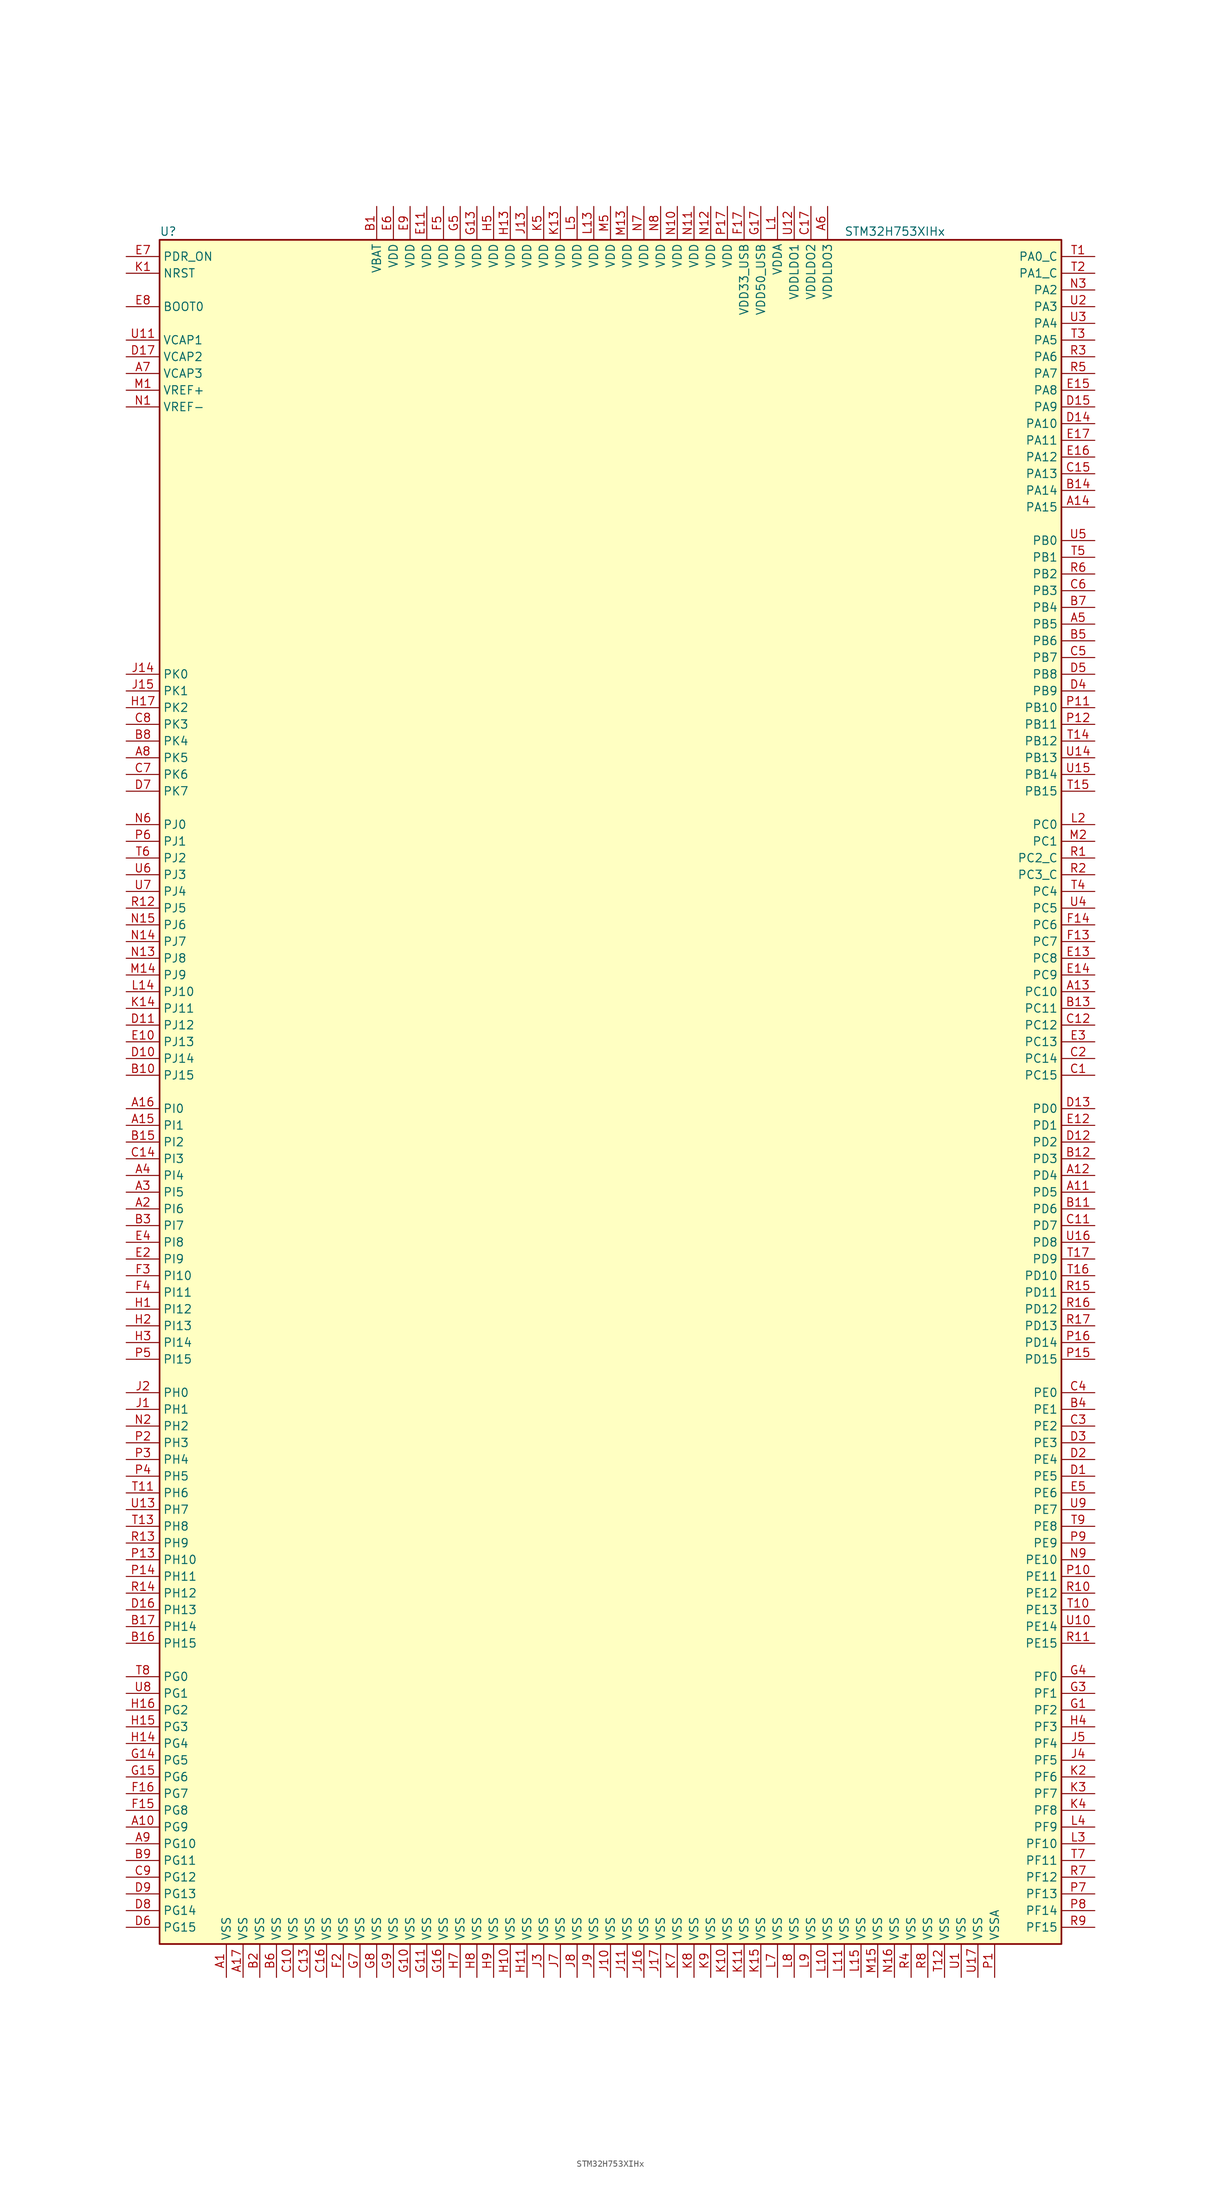
<source format=kicad_sym>
(kicad_symbol_lib
  (version 20201005)
  (generator kicad_symbol_editor)
  (symbol "STM32H753XIHx"
    (property "Reference" "U"
      (at -68.58 130.81 0)
      (effects (font (size 1.27 1.27)) (justify left)))
    (property "Value" "STM32H753XIHx"
      (at 35.56 130.81 0)
      (effects (font (size 1.27 1.27)) (justify left)))
    (symbol "STM32H753XIHx_0_1"
      (rectangle (start -68.58 -129.54) (end 68.58 129.54) (stroke (width 0.254)) (fill (type background))))
    (symbol "STM32H753XIHx_1_1"
      (pin input line (at -73.66 119.38 0) (length 5.08) (name "BOOT0" (effects (font (size 1.27 1.27)))) (number "E8" (effects (font (size 1.27 1.27)))))
      (pin no_connect line (at -68.58 -127 0) (length 5.08) hide (name "NC" (effects (font (size 1.27 1.27)))) (number "E1" (effects (font (size 1.27 1.27)))))
      (pin no_connect line (at -68.58 -124.46 0) (length 5.08) hide (name "NC" (effects (font (size 1.27 1.27)))) (number "F1" (effects (font (size 1.27 1.27)))))
      (pin no_connect line (at -68.58 -121.92 0) (length 5.08) hide (name "NC" (effects (font (size 1.27 1.27)))) (number "G2" (effects (font (size 1.27 1.27)))))
      (pin no_connect line (at -68.58 -119.38 0) (length 5.08) hide (name "NC" (effects (font (size 1.27 1.27)))) (number "K16" (effects (font (size 1.27 1.27)))))
      (pin no_connect line (at -68.58 -116.84 0) (length 5.08) hide (name "NC" (effects (font (size 1.27 1.27)))) (number "K17" (effects (font (size 1.27 1.27)))))
      (pin no_connect line (at -68.58 -114.3 0) (length 5.08) hide (name "NC" (effects (font (size 1.27 1.27)))) (number "L16" (effects (font (size 1.27 1.27)))))
      (pin no_connect line (at -68.58 -111.76 0) (length 5.08) hide (name "NC" (effects (font (size 1.27 1.27)))) (number "L17" (effects (font (size 1.27 1.27)))))
      (pin no_connect line (at -68.58 -109.22 0) (length 5.08) hide (name "NC" (effects (font (size 1.27 1.27)))) (number "M16" (effects (font (size 1.27 1.27)))))
      (pin no_connect line (at -68.58 -106.68 0) (length 5.08) hide (name "NC" (effects (font (size 1.27 1.27)))) (number "M17" (effects (font (size 1.27 1.27)))))
      (pin no_connect line (at -68.58 -104.14 0) (length 5.08) hide (name "NC" (effects (font (size 1.27 1.27)))) (number "N17" (effects (font (size 1.27 1.27)))))
      (pin input line (at -73.66 124.46 0) (length 5.08) (name "NRST" (effects (font (size 1.27 1.27)))) (number "K1" (effects (font (size 1.27 1.27)))))
      (pin bidirectional line (at 73.66 127 180) (length 5.08) (name "PA0_C" (effects (font (size 1.27 1.27)))) (number "T1" (effects (font (size 1.27 1.27)))))
      (pin bidirectional line (at 73.66 101.6 180) (length 5.08) (name "PA10" (effects (font (size 1.27 1.27)))) (number "D14" (effects (font (size 1.27 1.27)))))
      (pin bidirectional line (at 73.66 99.06 180) (length 5.08) (name "PA11" (effects (font (size 1.27 1.27)))) (number "E17" (effects (font (size 1.27 1.27)))))
      (pin bidirectional line (at 73.66 96.52 180) (length 5.08) (name "PA12" (effects (font (size 1.27 1.27)))) (number "E16" (effects (font (size 1.27 1.27)))))
      (pin bidirectional line (at 73.66 93.98 180) (length 5.08) (name "PA13" (effects (font (size 1.27 1.27)))) (number "C15" (effects (font (size 1.27 1.27)))))
      (pin bidirectional line (at 73.66 91.44 180) (length 5.08) (name "PA14" (effects (font (size 1.27 1.27)))) (number "B14" (effects (font (size 1.27 1.27)))))
      (pin bidirectional line (at 73.66 88.9 180) (length 5.08) (name "PA15" (effects (font (size 1.27 1.27)))) (number "A14" (effects (font (size 1.27 1.27)))))
      (pin bidirectional line (at 73.66 124.46 180) (length 5.08) (name "PA1_C" (effects (font (size 1.27 1.27)))) (number "T2" (effects (font (size 1.27 1.27)))))
      (pin bidirectional line (at 73.66 121.92 180) (length 5.08) (name "PA2" (effects (font (size 1.27 1.27)))) (number "N3" (effects (font (size 1.27 1.27)))))
      (pin bidirectional line (at 73.66 119.38 180) (length 5.08) (name "PA3" (effects (font (size 1.27 1.27)))) (number "U2" (effects (font (size 1.27 1.27)))))
      (pin bidirectional line (at 73.66 116.84 180) (length 5.08) (name "PA4" (effects (font (size 1.27 1.27)))) (number "U3" (effects (font (size 1.27 1.27)))))
      (pin bidirectional line (at 73.66 114.3 180) (length 5.08) (name "PA5" (effects (font (size 1.27 1.27)))) (number "T3" (effects (font (size 1.27 1.27)))))
      (pin bidirectional line (at 73.66 111.76 180) (length 5.08) (name "PA6" (effects (font (size 1.27 1.27)))) (number "R3" (effects (font (size 1.27 1.27)))))
      (pin bidirectional line (at 73.66 109.22 180) (length 5.08) (name "PA7" (effects (font (size 1.27 1.27)))) (number "R5" (effects (font (size 1.27 1.27)))))
      (pin bidirectional line (at 73.66 106.68 180) (length 5.08) (name "PA8" (effects (font (size 1.27 1.27)))) (number "E15" (effects (font (size 1.27 1.27)))))
      (pin bidirectional line (at 73.66 104.14 180) (length 5.08) (name "PA9" (effects (font (size 1.27 1.27)))) (number "D15" (effects (font (size 1.27 1.27)))))
      (pin bidirectional line (at 73.66 83.82 180) (length 5.08) (name "PB0" (effects (font (size 1.27 1.27)))) (number "U5" (effects (font (size 1.27 1.27)))))
      (pin bidirectional line (at 73.66 81.28 180) (length 5.08) (name "PB1" (effects (font (size 1.27 1.27)))) (number "T5" (effects (font (size 1.27 1.27)))))
      (pin bidirectional line (at 73.66 58.42 180) (length 5.08) (name "PB10" (effects (font (size 1.27 1.27)))) (number "P11" (effects (font (size 1.27 1.27)))))
      (pin bidirectional line (at 73.66 55.88 180) (length 5.08) (name "PB11" (effects (font (size 1.27 1.27)))) (number "P12" (effects (font (size 1.27 1.27)))))
      (pin bidirectional line (at 73.66 53.34 180) (length 5.08) (name "PB12" (effects (font (size 1.27 1.27)))) (number "T14" (effects (font (size 1.27 1.27)))))
      (pin bidirectional line (at 73.66 50.8 180) (length 5.08) (name "PB13" (effects (font (size 1.27 1.27)))) (number "U14" (effects (font (size 1.27 1.27)))))
      (pin bidirectional line (at 73.66 48.26 180) (length 5.08) (name "PB14" (effects (font (size 1.27 1.27)))) (number "U15" (effects (font (size 1.27 1.27)))))
      (pin bidirectional line (at 73.66 45.72 180) (length 5.08) (name "PB15" (effects (font (size 1.27 1.27)))) (number "T15" (effects (font (size 1.27 1.27)))))
      (pin bidirectional line (at 73.66 78.74 180) (length 5.08) (name "PB2" (effects (font (size 1.27 1.27)))) (number "R6" (effects (font (size 1.27 1.27)))))
      (pin bidirectional line (at 73.66 76.2 180) (length 5.08) (name "PB3" (effects (font (size 1.27 1.27)))) (number "C6" (effects (font (size 1.27 1.27)))))
      (pin bidirectional line (at 73.66 73.66 180) (length 5.08) (name "PB4" (effects (font (size 1.27 1.27)))) (number "B7" (effects (font (size 1.27 1.27)))))
      (pin bidirectional line (at 73.66 71.12 180) (length 5.08) (name "PB5" (effects (font (size 1.27 1.27)))) (number "A5" (effects (font (size 1.27 1.27)))))
      (pin bidirectional line (at 73.66 68.58 180) (length 5.08) (name "PB6" (effects (font (size 1.27 1.27)))) (number "B5" (effects (font (size 1.27 1.27)))))
      (pin bidirectional line (at 73.66 66.04 180) (length 5.08) (name "PB7" (effects (font (size 1.27 1.27)))) (number "C5" (effects (font (size 1.27 1.27)))))
      (pin bidirectional line (at 73.66 63.5 180) (length 5.08) (name "PB8" (effects (font (size 1.27 1.27)))) (number "D5" (effects (font (size 1.27 1.27)))))
      (pin bidirectional line (at 73.66 60.96 180) (length 5.08) (name "PB9" (effects (font (size 1.27 1.27)))) (number "D4" (effects (font (size 1.27 1.27)))))
      (pin bidirectional line (at 73.66 40.64 180) (length 5.08) (name "PC0" (effects (font (size 1.27 1.27)))) (number "L2" (effects (font (size 1.27 1.27)))))
      (pin bidirectional line (at 73.66 38.1 180) (length 5.08) (name "PC1" (effects (font (size 1.27 1.27)))) (number "M2" (effects (font (size 1.27 1.27)))))
      (pin bidirectional line (at 73.66 15.24 180) (length 5.08) (name "PC10" (effects (font (size 1.27 1.27)))) (number "A13" (effects (font (size 1.27 1.27)))))
      (pin bidirectional line (at 73.66 12.7 180) (length 5.08) (name "PC11" (effects (font (size 1.27 1.27)))) (number "B13" (effects (font (size 1.27 1.27)))))
      (pin bidirectional line (at 73.66 10.16 180) (length 5.08) (name "PC12" (effects (font (size 1.27 1.27)))) (number "C12" (effects (font (size 1.27 1.27)))))
      (pin bidirectional line (at 73.66 7.62 180) (length 5.08) (name "PC13" (effects (font (size 1.27 1.27)))) (number "E3" (effects (font (size 1.27 1.27)))))
      (pin bidirectional line (at 73.66 5.08 180) (length 5.08) (name "PC14" (effects (font (size 1.27 1.27)))) (number "C2" (effects (font (size 1.27 1.27)))))
      (pin bidirectional line (at 73.66 2.54 180) (length 5.08) (name "PC15" (effects (font (size 1.27 1.27)))) (number "C1" (effects (font (size 1.27 1.27)))))
      (pin bidirectional line (at 73.66 35.56 180) (length 5.08) (name "PC2_C" (effects (font (size 1.27 1.27)))) (number "R1" (effects (font (size 1.27 1.27)))))
      (pin bidirectional line (at 73.66 33.02 180) (length 5.08) (name "PC3_C" (effects (font (size 1.27 1.27)))) (number "R2" (effects (font (size 1.27 1.27)))))
      (pin bidirectional line (at 73.66 30.48 180) (length 5.08) (name "PC4" (effects (font (size 1.27 1.27)))) (number "T4" (effects (font (size 1.27 1.27)))))
      (pin bidirectional line (at 73.66 27.94 180) (length 5.08) (name "PC5" (effects (font (size 1.27 1.27)))) (number "U4" (effects (font (size 1.27 1.27)))))
      (pin bidirectional line (at 73.66 25.4 180) (length 5.08) (name "PC6" (effects (font (size 1.27 1.27)))) (number "F14" (effects (font (size 1.27 1.27)))))
      (pin bidirectional line (at 73.66 22.86 180) (length 5.08) (name "PC7" (effects (font (size 1.27 1.27)))) (number "F13" (effects (font (size 1.27 1.27)))))
      (pin bidirectional line (at 73.66 20.32 180) (length 5.08) (name "PC8" (effects (font (size 1.27 1.27)))) (number "E13" (effects (font (size 1.27 1.27)))))
      (pin bidirectional line (at 73.66 17.78 180) (length 5.08) (name "PC9" (effects (font (size 1.27 1.27)))) (number "E14" (effects (font (size 1.27 1.27)))))
      (pin bidirectional line (at 73.66 -2.54 180) (length 5.08) (name "PD0" (effects (font (size 1.27 1.27)))) (number "D13" (effects (font (size 1.27 1.27)))))
      (pin bidirectional line (at 73.66 -5.08 180) (length 5.08) (name "PD1" (effects (font (size 1.27 1.27)))) (number "E12" (effects (font (size 1.27 1.27)))))
      (pin bidirectional line (at 73.66 -27.94 180) (length 5.08) (name "PD10" (effects (font (size 1.27 1.27)))) (number "T16" (effects (font (size 1.27 1.27)))))
      (pin bidirectional line (at 73.66 -30.48 180) (length 5.08) (name "PD11" (effects (font (size 1.27 1.27)))) (number "R15" (effects (font (size 1.27 1.27)))))
      (pin bidirectional line (at 73.66 -33.02 180) (length 5.08) (name "PD12" (effects (font (size 1.27 1.27)))) (number "R16" (effects (font (size 1.27 1.27)))))
      (pin bidirectional line (at 73.66 -35.56 180) (length 5.08) (name "PD13" (effects (font (size 1.27 1.27)))) (number "R17" (effects (font (size 1.27 1.27)))))
      (pin bidirectional line (at 73.66 -38.1 180) (length 5.08) (name "PD14" (effects (font (size 1.27 1.27)))) (number "P16" (effects (font (size 1.27 1.27)))))
      (pin bidirectional line (at 73.66 -40.64 180) (length 5.08) (name "PD15" (effects (font (size 1.27 1.27)))) (number "P15" (effects (font (size 1.27 1.27)))))
      (pin bidirectional line (at 73.66 -7.62 180) (length 5.08) (name "PD2" (effects (font (size 1.27 1.27)))) (number "D12" (effects (font (size 1.27 1.27)))))
      (pin bidirectional line (at 73.66 -10.16 180) (length 5.08) (name "PD3" (effects (font (size 1.27 1.27)))) (number "B12" (effects (font (size 1.27 1.27)))))
      (pin bidirectional line (at 73.66 -12.7 180) (length 5.08) (name "PD4" (effects (font (size 1.27 1.27)))) (number "A12" (effects (font (size 1.27 1.27)))))
      (pin bidirectional line (at 73.66 -15.24 180) (length 5.08) (name "PD5" (effects (font (size 1.27 1.27)))) (number "A11" (effects (font (size 1.27 1.27)))))
      (pin bidirectional line (at 73.66 -17.78 180) (length 5.08) (name "PD6" (effects (font (size 1.27 1.27)))) (number "B11" (effects (font (size 1.27 1.27)))))
      (pin bidirectional line (at 73.66 -20.32 180) (length 5.08) (name "PD7" (effects (font (size 1.27 1.27)))) (number "C11" (effects (font (size 1.27 1.27)))))
      (pin bidirectional line (at 73.66 -22.86 180) (length 5.08) (name "PD8" (effects (font (size 1.27 1.27)))) (number "U16" (effects (font (size 1.27 1.27)))))
      (pin bidirectional line (at 73.66 -25.4 180) (length 5.08) (name "PD9" (effects (font (size 1.27 1.27)))) (number "T17" (effects (font (size 1.27 1.27)))))
      (pin input line (at -73.66 127 0) (length 5.08) (name "PDR_ON" (effects (font (size 1.27 1.27)))) (number "E7" (effects (font (size 1.27 1.27)))))
      (pin bidirectional line (at 73.66 -45.72 180) (length 5.08) (name "PE0" (effects (font (size 1.27 1.27)))) (number "C4" (effects (font (size 1.27 1.27)))))
      (pin bidirectional line (at 73.66 -48.26 180) (length 5.08) (name "PE1" (effects (font (size 1.27 1.27)))) (number "B4" (effects (font (size 1.27 1.27)))))
      (pin bidirectional line (at 73.66 -71.12 180) (length 5.08) (name "PE10" (effects (font (size 1.27 1.27)))) (number "N9" (effects (font (size 1.27 1.27)))))
      (pin bidirectional line (at 73.66 -73.66 180) (length 5.08) (name "PE11" (effects (font (size 1.27 1.27)))) (number "P10" (effects (font (size 1.27 1.27)))))
      (pin bidirectional line (at 73.66 -76.2 180) (length 5.08) (name "PE12" (effects (font (size 1.27 1.27)))) (number "R10" (effects (font (size 1.27 1.27)))))
      (pin bidirectional line (at 73.66 -78.74 180) (length 5.08) (name "PE13" (effects (font (size 1.27 1.27)))) (number "T10" (effects (font (size 1.27 1.27)))))
      (pin bidirectional line (at 73.66 -81.28 180) (length 5.08) (name "PE14" (effects (font (size 1.27 1.27)))) (number "U10" (effects (font (size 1.27 1.27)))))
      (pin bidirectional line (at 73.66 -83.82 180) (length 5.08) (name "PE15" (effects (font (size 1.27 1.27)))) (number "R11" (effects (font (size 1.27 1.27)))))
      (pin bidirectional line (at 73.66 -50.8 180) (length 5.08) (name "PE2" (effects (font (size 1.27 1.27)))) (number "C3" (effects (font (size 1.27 1.27)))))
      (pin bidirectional line (at 73.66 -53.34 180) (length 5.08) (name "PE3" (effects (font (size 1.27 1.27)))) (number "D3" (effects (font (size 1.27 1.27)))))
      (pin bidirectional line (at 73.66 -55.88 180) (length 5.08) (name "PE4" (effects (font (size 1.27 1.27)))) (number "D2" (effects (font (size 1.27 1.27)))))
      (pin bidirectional line (at 73.66 -58.42 180) (length 5.08) (name "PE5" (effects (font (size 1.27 1.27)))) (number "D1" (effects (font (size 1.27 1.27)))))
      (pin bidirectional line (at 73.66 -60.96 180) (length 5.08) (name "PE6" (effects (font (size 1.27 1.27)))) (number "E5" (effects (font (size 1.27 1.27)))))
      (pin bidirectional line (at 73.66 -63.5 180) (length 5.08) (name "PE7" (effects (font (size 1.27 1.27)))) (number "U9" (effects (font (size 1.27 1.27)))))
      (pin bidirectional line (at 73.66 -66.04 180) (length 5.08) (name "PE8" (effects (font (size 1.27 1.27)))) (number "T9" (effects (font (size 1.27 1.27)))))
      (pin bidirectional line (at 73.66 -68.58 180) (length 5.08) (name "PE9" (effects (font (size 1.27 1.27)))) (number "P9" (effects (font (size 1.27 1.27)))))
      (pin bidirectional line (at 73.66 -88.9 180) (length 5.08) (name "PF0" (effects (font (size 1.27 1.27)))) (number "G4" (effects (font (size 1.27 1.27)))))
      (pin bidirectional line (at 73.66 -91.44 180) (length 5.08) (name "PF1" (effects (font (size 1.27 1.27)))) (number "G3" (effects (font (size 1.27 1.27)))))
      (pin bidirectional line (at 73.66 -114.3 180) (length 5.08) (name "PF10" (effects (font (size 1.27 1.27)))) (number "L3" (effects (font (size 1.27 1.27)))))
      (pin bidirectional line (at 73.66 -116.84 180) (length 5.08) (name "PF11" (effects (font (size 1.27 1.27)))) (number "T7" (effects (font (size 1.27 1.27)))))
      (pin bidirectional line (at 73.66 -119.38 180) (length 5.08) (name "PF12" (effects (font (size 1.27 1.27)))) (number "R7" (effects (font (size 1.27 1.27)))))
      (pin bidirectional line (at 73.66 -121.92 180) (length 5.08) (name "PF13" (effects (font (size 1.27 1.27)))) (number "P7" (effects (font (size 1.27 1.27)))))
      (pin bidirectional line (at 73.66 -124.46 180) (length 5.08) (name "PF14" (effects (font (size 1.27 1.27)))) (number "P8" (effects (font (size 1.27 1.27)))))
      (pin bidirectional line (at 73.66 -127 180) (length 5.08) (name "PF15" (effects (font (size 1.27 1.27)))) (number "R9" (effects (font (size 1.27 1.27)))))
      (pin bidirectional line (at 73.66 -93.98 180) (length 5.08) (name "PF2" (effects (font (size 1.27 1.27)))) (number "G1" (effects (font (size 1.27 1.27)))))
      (pin bidirectional line (at 73.66 -96.52 180) (length 5.08) (name "PF3" (effects (font (size 1.27 1.27)))) (number "H4" (effects (font (size 1.27 1.27)))))
      (pin bidirectional line (at 73.66 -99.06 180) (length 5.08) (name "PF4" (effects (font (size 1.27 1.27)))) (number "J5" (effects (font (size 1.27 1.27)))))
      (pin bidirectional line (at 73.66 -101.6 180) (length 5.08) (name "PF5" (effects (font (size 1.27 1.27)))) (number "J4" (effects (font (size 1.27 1.27)))))
      (pin bidirectional line (at 73.66 -104.14 180) (length 5.08) (name "PF6" (effects (font (size 1.27 1.27)))) (number "K2" (effects (font (size 1.27 1.27)))))
      (pin bidirectional line (at 73.66 -106.68 180) (length 5.08) (name "PF7" (effects (font (size 1.27 1.27)))) (number "K3" (effects (font (size 1.27 1.27)))))
      (pin bidirectional line (at 73.66 -109.22 180) (length 5.08) (name "PF8" (effects (font (size 1.27 1.27)))) (number "K4" (effects (font (size 1.27 1.27)))))
      (pin bidirectional line (at 73.66 -111.76 180) (length 5.08) (name "PF9" (effects (font (size 1.27 1.27)))) (number "L4" (effects (font (size 1.27 1.27)))))
      (pin bidirectional line (at -73.66 -88.9 0) (length 5.08) (name "PG0" (effects (font (size 1.27 1.27)))) (number "T8" (effects (font (size 1.27 1.27)))))
      (pin bidirectional line (at -73.66 -91.44 0) (length 5.08) (name "PG1" (effects (font (size 1.27 1.27)))) (number "U8" (effects (font (size 1.27 1.27)))))
      (pin bidirectional line (at -73.66 -114.3 0) (length 5.08) (name "PG10" (effects (font (size 1.27 1.27)))) (number "A9" (effects (font (size 1.27 1.27)))))
      (pin bidirectional line (at -73.66 -116.84 0) (length 5.08) (name "PG11" (effects (font (size 1.27 1.27)))) (number "B9" (effects (font (size 1.27 1.27)))))
      (pin bidirectional line (at -73.66 -119.38 0) (length 5.08) (name "PG12" (effects (font (size 1.27 1.27)))) (number "C9" (effects (font (size 1.27 1.27)))))
      (pin bidirectional line (at -73.66 -121.92 0) (length 5.08) (name "PG13" (effects (font (size 1.27 1.27)))) (number "D9" (effects (font (size 1.27 1.27)))))
      (pin bidirectional line (at -73.66 -124.46 0) (length 5.08) (name "PG14" (effects (font (size 1.27 1.27)))) (number "D8" (effects (font (size 1.27 1.27)))))
      (pin bidirectional line (at -73.66 -127 0) (length 5.08) (name "PG15" (effects (font (size 1.27 1.27)))) (number "D6" (effects (font (size 1.27 1.27)))))
      (pin bidirectional line (at -73.66 -93.98 0) (length 5.08) (name "PG2" (effects (font (size 1.27 1.27)))) (number "H16" (effects (font (size 1.27 1.27)))))
      (pin bidirectional line (at -73.66 -96.52 0) (length 5.08) (name "PG3" (effects (font (size 1.27 1.27)))) (number "H15" (effects (font (size 1.27 1.27)))))
      (pin bidirectional line (at -73.66 -99.06 0) (length 5.08) (name "PG4" (effects (font (size 1.27 1.27)))) (number "H14" (effects (font (size 1.27 1.27)))))
      (pin bidirectional line (at -73.66 -101.6 0) (length 5.08) (name "PG5" (effects (font (size 1.27 1.27)))) (number "G14" (effects (font (size 1.27 1.27)))))
      (pin bidirectional line (at -73.66 -104.14 0) (length 5.08) (name "PG6" (effects (font (size 1.27 1.27)))) (number "G15" (effects (font (size 1.27 1.27)))))
      (pin bidirectional line (at -73.66 -106.68 0) (length 5.08) (name "PG7" (effects (font (size 1.27 1.27)))) (number "F16" (effects (font (size 1.27 1.27)))))
      (pin bidirectional line (at -73.66 -109.22 0) (length 5.08) (name "PG8" (effects (font (size 1.27 1.27)))) (number "F15" (effects (font (size 1.27 1.27)))))
      (pin bidirectional line (at -73.66 -111.76 0) (length 5.08) (name "PG9" (effects (font (size 1.27 1.27)))) (number "A10" (effects (font (size 1.27 1.27)))))
      (pin input line (at -73.66 -45.72 0) (length 5.08) (name "PH0" (effects (font (size 1.27 1.27)))) (number "J2" (effects (font (size 1.27 1.27)))))
      (pin input line (at -73.66 -48.26 0) (length 5.08) (name "PH1" (effects (font (size 1.27 1.27)))) (number "J1" (effects (font (size 1.27 1.27)))))
      (pin bidirectional line (at -73.66 -71.12 0) (length 5.08) (name "PH10" (effects (font (size 1.27 1.27)))) (number "P13" (effects (font (size 1.27 1.27)))))
      (pin bidirectional line (at -73.66 -73.66 0) (length 5.08) (name "PH11" (effects (font (size 1.27 1.27)))) (number "P14" (effects (font (size 1.27 1.27)))))
      (pin bidirectional line (at -73.66 -76.2 0) (length 5.08) (name "PH12" (effects (font (size 1.27 1.27)))) (number "R14" (effects (font (size 1.27 1.27)))))
      (pin bidirectional line (at -73.66 -78.74 0) (length 5.08) (name "PH13" (effects (font (size 1.27 1.27)))) (number "D16" (effects (font (size 1.27 1.27)))))
      (pin bidirectional line (at -73.66 -81.28 0) (length 5.08) (name "PH14" (effects (font (size 1.27 1.27)))) (number "B17" (effects (font (size 1.27 1.27)))))
      (pin bidirectional line (at -73.66 -83.82 0) (length 5.08) (name "PH15" (effects (font (size 1.27 1.27)))) (number "B16" (effects (font (size 1.27 1.27)))))
      (pin bidirectional line (at -73.66 -50.8 0) (length 5.08) (name "PH2" (effects (font (size 1.27 1.27)))) (number "N2" (effects (font (size 1.27 1.27)))))
      (pin bidirectional line (at -73.66 -53.34 0) (length 5.08) (name "PH3" (effects (font (size 1.27 1.27)))) (number "P2" (effects (font (size 1.27 1.27)))))
      (pin bidirectional line (at -73.66 -55.88 0) (length 5.08) (name "PH4" (effects (font (size 1.27 1.27)))) (number "P3" (effects (font (size 1.27 1.27)))))
      (pin bidirectional line (at -73.66 -58.42 0) (length 5.08) (name "PH5" (effects (font (size 1.27 1.27)))) (number "P4" (effects (font (size 1.27 1.27)))))
      (pin bidirectional line (at -73.66 -60.96 0) (length 5.08) (name "PH6" (effects (font (size 1.27 1.27)))) (number "T11" (effects (font (size 1.27 1.27)))))
      (pin bidirectional line (at -73.66 -63.5 0) (length 5.08) (name "PH7" (effects (font (size 1.27 1.27)))) (number "U13" (effects (font (size 1.27 1.27)))))
      (pin bidirectional line (at -73.66 -66.04 0) (length 5.08) (name "PH8" (effects (font (size 1.27 1.27)))) (number "T13" (effects (font (size 1.27 1.27)))))
      (pin bidirectional line (at -73.66 -68.58 0) (length 5.08) (name "PH9" (effects (font (size 1.27 1.27)))) (number "R13" (effects (font (size 1.27 1.27)))))
      (pin bidirectional line (at -73.66 -2.54 0) (length 5.08) (name "PI0" (effects (font (size 1.27 1.27)))) (number "A16" (effects (font (size 1.27 1.27)))))
      (pin bidirectional line (at -73.66 -5.08 0) (length 5.08) (name "PI1" (effects (font (size 1.27 1.27)))) (number "A15" (effects (font (size 1.27 1.27)))))
      (pin bidirectional line (at -73.66 -27.94 0) (length 5.08) (name "PI10" (effects (font (size 1.27 1.27)))) (number "F3" (effects (font (size 1.27 1.27)))))
      (pin bidirectional line (at -73.66 -30.48 0) (length 5.08) (name "PI11" (effects (font (size 1.27 1.27)))) (number "F4" (effects (font (size 1.27 1.27)))))
      (pin bidirectional line (at -73.66 -33.02 0) (length 5.08) (name "PI12" (effects (font (size 1.27 1.27)))) (number "H1" (effects (font (size 1.27 1.27)))))
      (pin bidirectional line (at -73.66 -35.56 0) (length 5.08) (name "PI13" (effects (font (size 1.27 1.27)))) (number "H2" (effects (font (size 1.27 1.27)))))
      (pin bidirectional line (at -73.66 -38.1 0) (length 5.08) (name "PI14" (effects (font (size 1.27 1.27)))) (number "H3" (effects (font (size 1.27 1.27)))))
      (pin bidirectional line (at -73.66 -40.64 0) (length 5.08) (name "PI15" (effects (font (size 1.27 1.27)))) (number "P5" (effects (font (size 1.27 1.27)))))
      (pin bidirectional line (at -73.66 -7.62 0) (length 5.08) (name "PI2" (effects (font (size 1.27 1.27)))) (number "B15" (effects (font (size 1.27 1.27)))))
      (pin bidirectional line (at -73.66 -10.16 0) (length 5.08) (name "PI3" (effects (font (size 1.27 1.27)))) (number "C14" (effects (font (size 1.27 1.27)))))
      (pin bidirectional line (at -73.66 -12.7 0) (length 5.08) (name "PI4" (effects (font (size 1.27 1.27)))) (number "A4" (effects (font (size 1.27 1.27)))))
      (pin bidirectional line (at -73.66 -15.24 0) (length 5.08) (name "PI5" (effects (font (size 1.27 1.27)))) (number "A3" (effects (font (size 1.27 1.27)))))
      (pin bidirectional line (at -73.66 -17.78 0) (length 5.08) (name "PI6" (effects (font (size 1.27 1.27)))) (number "A2" (effects (font (size 1.27 1.27)))))
      (pin bidirectional line (at -73.66 -20.32 0) (length 5.08) (name "PI7" (effects (font (size 1.27 1.27)))) (number "B3" (effects (font (size 1.27 1.27)))))
      (pin bidirectional line (at -73.66 -22.86 0) (length 5.08) (name "PI8" (effects (font (size 1.27 1.27)))) (number "E4" (effects (font (size 1.27 1.27)))))
      (pin bidirectional line (at -73.66 -25.4 0) (length 5.08) (name "PI9" (effects (font (size 1.27 1.27)))) (number "E2" (effects (font (size 1.27 1.27)))))
      (pin bidirectional line (at -73.66 40.64 0) (length 5.08) (name "PJ0" (effects (font (size 1.27 1.27)))) (number "N6" (effects (font (size 1.27 1.27)))))
      (pin bidirectional line (at -73.66 38.1 0) (length 5.08) (name "PJ1" (effects (font (size 1.27 1.27)))) (number "P6" (effects (font (size 1.27 1.27)))))
      (pin bidirectional line (at -73.66 15.24 0) (length 5.08) (name "PJ10" (effects (font (size 1.27 1.27)))) (number "L14" (effects (font (size 1.27 1.27)))))
      (pin bidirectional line (at -73.66 12.7 0) (length 5.08) (name "PJ11" (effects (font (size 1.27 1.27)))) (number "K14" (effects (font (size 1.27 1.27)))))
      (pin bidirectional line (at -73.66 10.16 0) (length 5.08) (name "PJ12" (effects (font (size 1.27 1.27)))) (number "D11" (effects (font (size 1.27 1.27)))))
      (pin bidirectional line (at -73.66 7.62 0) (length 5.08) (name "PJ13" (effects (font (size 1.27 1.27)))) (number "E10" (effects (font (size 1.27 1.27)))))
      (pin bidirectional line (at -73.66 5.08 0) (length 5.08) (name "PJ14" (effects (font (size 1.27 1.27)))) (number "D10" (effects (font (size 1.27 1.27)))))
      (pin bidirectional line (at -73.66 2.54 0) (length 5.08) (name "PJ15" (effects (font (size 1.27 1.27)))) (number "B10" (effects (font (size 1.27 1.27)))))
      (pin bidirectional line (at -73.66 35.56 0) (length 5.08) (name "PJ2" (effects (font (size 1.27 1.27)))) (number "T6" (effects (font (size 1.27 1.27)))))
      (pin bidirectional line (at -73.66 33.02 0) (length 5.08) (name "PJ3" (effects (font (size 1.27 1.27)))) (number "U6" (effects (font (size 1.27 1.27)))))
      (pin bidirectional line (at -73.66 30.48 0) (length 5.08) (name "PJ4" (effects (font (size 1.27 1.27)))) (number "U7" (effects (font (size 1.27 1.27)))))
      (pin bidirectional line (at -73.66 27.94 0) (length 5.08) (name "PJ5" (effects (font (size 1.27 1.27)))) (number "R12" (effects (font (size 1.27 1.27)))))
      (pin bidirectional line (at -73.66 25.4 0) (length 5.08) (name "PJ6" (effects (font (size 1.27 1.27)))) (number "N15" (effects (font (size 1.27 1.27)))))
      (pin bidirectional line (at -73.66 22.86 0) (length 5.08) (name "PJ7" (effects (font (size 1.27 1.27)))) (number "N14" (effects (font (size 1.27 1.27)))))
      (pin bidirectional line (at -73.66 20.32 0) (length 5.08) (name "PJ8" (effects (font (size 1.27 1.27)))) (number "N13" (effects (font (size 1.27 1.27)))))
      (pin bidirectional line (at -73.66 17.78 0) (length 5.08) (name "PJ9" (effects (font (size 1.27 1.27)))) (number "M14" (effects (font (size 1.27 1.27)))))
      (pin bidirectional line (at -73.66 63.5 0) (length 5.08) (name "PK0" (effects (font (size 1.27 1.27)))) (number "J14" (effects (font (size 1.27 1.27)))))
      (pin bidirectional line (at -73.66 60.96 0) (length 5.08) (name "PK1" (effects (font (size 1.27 1.27)))) (number "J15" (effects (font (size 1.27 1.27)))))
      (pin bidirectional line (at -73.66 58.42 0) (length 5.08) (name "PK2" (effects (font (size 1.27 1.27)))) (number "H17" (effects (font (size 1.27 1.27)))))
      (pin bidirectional line (at -73.66 55.88 0) (length 5.08) (name "PK3" (effects (font (size 1.27 1.27)))) (number "C8" (effects (font (size 1.27 1.27)))))
      (pin bidirectional line (at -73.66 53.34 0) (length 5.08) (name "PK4" (effects (font (size 1.27 1.27)))) (number "B8" (effects (font (size 1.27 1.27)))))
      (pin bidirectional line (at -73.66 50.8 0) (length 5.08) (name "PK5" (effects (font (size 1.27 1.27)))) (number "A8" (effects (font (size 1.27 1.27)))))
      (pin bidirectional line (at -73.66 48.26 0) (length 5.08) (name "PK6" (effects (font (size 1.27 1.27)))) (number "C7" (effects (font (size 1.27 1.27)))))
      (pin bidirectional line (at -73.66 45.72 0) (length 5.08) (name "PK7" (effects (font (size 1.27 1.27)))) (number "D7" (effects (font (size 1.27 1.27)))))
      (pin power_in line (at -35.56 134.62 270) (length 5.08) (name "VBAT" (effects (font (size 1.27 1.27)))) (number "B1" (effects (font (size 1.27 1.27)))))
      (pin power_in line (at -73.66 114.3 0) (length 5.08) (name "VCAP1" (effects (font (size 1.27 1.27)))) (number "U11" (effects (font (size 1.27 1.27)))))
      (pin power_in line (at -73.66 111.76 0) (length 5.08) (name "VCAP2" (effects (font (size 1.27 1.27)))) (number "D17" (effects (font (size 1.27 1.27)))))
      (pin power_in line (at -73.66 109.22 0) (length 5.08) (name "VCAP3" (effects (font (size 1.27 1.27)))) (number "A7" (effects (font (size 1.27 1.27)))))
      (pin power_in line (at -27.94 134.62 270) (length 5.08) (name "VDD" (effects (font (size 1.27 1.27)))) (number "E11" (effects (font (size 1.27 1.27)))))
      (pin power_in line (at -33.02 134.62 270) (length 5.08) (name "VDD" (effects (font (size 1.27 1.27)))) (number "E6" (effects (font (size 1.27 1.27)))))
      (pin power_in line (at -30.48 134.62 270) (length 5.08) (name "VDD" (effects (font (size 1.27 1.27)))) (number "E9" (effects (font (size 1.27 1.27)))))
      (pin power_in line (at -25.4 134.62 270) (length 5.08) (name "VDD" (effects (font (size 1.27 1.27)))) (number "F5" (effects (font (size 1.27 1.27)))))
      (pin power_in line (at -20.32 134.62 270) (length 5.08) (name "VDD" (effects (font (size 1.27 1.27)))) (number "G13" (effects (font (size 1.27 1.27)))))
      (pin power_in line (at -22.86 134.62 270) (length 5.08) (name "VDD" (effects (font (size 1.27 1.27)))) (number "G5" (effects (font (size 1.27 1.27)))))
      (pin power_in line (at -15.24 134.62 270) (length 5.08) (name "VDD" (effects (font (size 1.27 1.27)))) (number "H13" (effects (font (size 1.27 1.27)))))
      (pin power_in line (at -17.78 134.62 270) (length 5.08) (name "VDD" (effects (font (size 1.27 1.27)))) (number "H5" (effects (font (size 1.27 1.27)))))
      (pin power_in line (at -12.7 134.62 270) (length 5.08) (name "VDD" (effects (font (size 1.27 1.27)))) (number "J13" (effects (font (size 1.27 1.27)))))
      (pin power_in line (at -7.62 134.62 270) (length 5.08) (name "VDD" (effects (font (size 1.27 1.27)))) (number "K13" (effects (font (size 1.27 1.27)))))
      (pin power_in line (at -10.16 134.62 270) (length 5.08) (name "VDD" (effects (font (size 1.27 1.27)))) (number "K5" (effects (font (size 1.27 1.27)))))
      (pin power_in line (at -2.54 134.62 270) (length 5.08) (name "VDD" (effects (font (size 1.27 1.27)))) (number "L13" (effects (font (size 1.27 1.27)))))
      (pin power_in line (at -5.08 134.62 270) (length 5.08) (name "VDD" (effects (font (size 1.27 1.27)))) (number "L5" (effects (font (size 1.27 1.27)))))
      (pin power_in line (at 2.54 134.62 270) (length 5.08) (name "VDD" (effects (font (size 1.27 1.27)))) (number "M13" (effects (font (size 1.27 1.27)))))
      (pin power_in line (at 0 134.62 270) (length 5.08) (name "VDD" (effects (font (size 1.27 1.27)))) (number "M5" (effects (font (size 1.27 1.27)))))
      (pin power_in line (at 10.16 134.62 270) (length 5.08) (name "VDD" (effects (font (size 1.27 1.27)))) (number "N10" (effects (font (size 1.27 1.27)))))
      (pin power_in line (at 12.7 134.62 270) (length 5.08) (name "VDD" (effects (font (size 1.27 1.27)))) (number "N11" (effects (font (size 1.27 1.27)))))
      (pin power_in line (at 15.24 134.62 270) (length 5.08) (name "VDD" (effects (font (size 1.27 1.27)))) (number "N12" (effects (font (size 1.27 1.27)))))
      (pin power_in line (at 5.08 134.62 270) (length 5.08) (name "VDD" (effects (font (size 1.27 1.27)))) (number "N7" (effects (font (size 1.27 1.27)))))
      (pin power_in line (at 7.62 134.62 270) (length 5.08) (name "VDD" (effects (font (size 1.27 1.27)))) (number "N8" (effects (font (size 1.27 1.27)))))
      (pin power_in line (at 17.78 134.62 270) (length 5.08) (name "VDD" (effects (font (size 1.27 1.27)))) (number "P17" (effects (font (size 1.27 1.27)))))
      (pin power_in line (at 20.32 134.62 270) (length 5.08) (name "VDD33_USB" (effects (font (size 1.27 1.27)))) (number "F17" (effects (font (size 1.27 1.27)))))
      (pin power_in line (at 22.86 134.62 270) (length 5.08) (name "VDD50_USB" (effects (font (size 1.27 1.27)))) (number "G17" (effects (font (size 1.27 1.27)))))
      (pin power_in line (at 25.4 134.62 270) (length 5.08) (name "VDDA" (effects (font (size 1.27 1.27)))) (number "L1" (effects (font (size 1.27 1.27)))))
      (pin power_in line (at 27.94 134.62 270) (length 5.08) (name "VDDLDO1" (effects (font (size 1.27 1.27)))) (number "U12" (effects (font (size 1.27 1.27)))))
      (pin power_in line (at 30.48 134.62 270) (length 5.08) (name "VDDLDO2" (effects (font (size 1.27 1.27)))) (number "C17" (effects (font (size 1.27 1.27)))))
      (pin power_in line (at 33.02 134.62 270) (length 5.08) (name "VDDLDO3" (effects (font (size 1.27 1.27)))) (number "A6" (effects (font (size 1.27 1.27)))))
      (pin bidirectional line (at -73.66 106.68 0) (length 5.08) (name "VREF+" (effects (font (size 1.27 1.27)))) (number "M1" (effects (font (size 1.27 1.27)))))
      (pin power_in line (at -73.66 104.14 0) (length 5.08) (name "VREF-" (effects (font (size 1.27 1.27)))) (number "N1" (effects (font (size 1.27 1.27)))))
      (pin power_in line (at -58.42 -134.62 90) (length 5.08) (name "VSS" (effects (font (size 1.27 1.27)))) (number "A1" (effects (font (size 1.27 1.27)))))
      (pin power_in line (at -55.88 -134.62 90) (length 5.08) (name "VSS" (effects (font (size 1.27 1.27)))) (number "A17" (effects (font (size 1.27 1.27)))))
      (pin power_in line (at -53.34 -134.62 90) (length 5.08) (name "VSS" (effects (font (size 1.27 1.27)))) (number "B2" (effects (font (size 1.27 1.27)))))
      (pin power_in line (at -50.8 -134.62 90) (length 5.08) (name "VSS" (effects (font (size 1.27 1.27)))) (number "B6" (effects (font (size 1.27 1.27)))))
      (pin power_in line (at -48.26 -134.62 90) (length 5.08) (name "VSS" (effects (font (size 1.27 1.27)))) (number "C10" (effects (font (size 1.27 1.27)))))
      (pin power_in line (at -45.72 -134.62 90) (length 5.08) (name "VSS" (effects (font (size 1.27 1.27)))) (number "C13" (effects (font (size 1.27 1.27)))))
      (pin power_in line (at -43.18 -134.62 90) (length 5.08) (name "VSS" (effects (font (size 1.27 1.27)))) (number "C16" (effects (font (size 1.27 1.27)))))
      (pin power_in line (at -40.64 -134.62 90) (length 5.08) (name "VSS" (effects (font (size 1.27 1.27)))) (number "F2" (effects (font (size 1.27 1.27)))))
      (pin power_in line (at -30.48 -134.62 90) (length 5.08) (name "VSS" (effects (font (size 1.27 1.27)))) (number "G10" (effects (font (size 1.27 1.27)))))
      (pin power_in line (at -27.94 -134.62 90) (length 5.08) (name "VSS" (effects (font (size 1.27 1.27)))) (number "G11" (effects (font (size 1.27 1.27)))))
      (pin power_in line (at -25.4 -134.62 90) (length 5.08) (name "VSS" (effects (font (size 1.27 1.27)))) (number "G16" (effects (font (size 1.27 1.27)))))
      (pin power_in line (at -38.1 -134.62 90) (length 5.08) (name "VSS" (effects (font (size 1.27 1.27)))) (number "G7" (effects (font (size 1.27 1.27)))))
      (pin power_in line (at -35.56 -134.62 90) (length 5.08) (name "VSS" (effects (font (size 1.27 1.27)))) (number "G8" (effects (font (size 1.27 1.27)))))
      (pin power_in line (at -33.02 -134.62 90) (length 5.08) (name "VSS" (effects (font (size 1.27 1.27)))) (number "G9" (effects (font (size 1.27 1.27)))))
      (pin power_in line (at -15.24 -134.62 90) (length 5.08) (name "VSS" (effects (font (size 1.27 1.27)))) (number "H10" (effects (font (size 1.27 1.27)))))
      (pin power_in line (at -12.7 -134.62 90) (length 5.08) (name "VSS" (effects (font (size 1.27 1.27)))) (number "H11" (effects (font (size 1.27 1.27)))))
      (pin power_in line (at -22.86 -134.62 90) (length 5.08) (name "VSS" (effects (font (size 1.27 1.27)))) (number "H7" (effects (font (size 1.27 1.27)))))
      (pin power_in line (at -20.32 -134.62 90) (length 5.08) (name "VSS" (effects (font (size 1.27 1.27)))) (number "H8" (effects (font (size 1.27 1.27)))))
      (pin power_in line (at -17.78 -134.62 90) (length 5.08) (name "VSS" (effects (font (size 1.27 1.27)))) (number "H9" (effects (font (size 1.27 1.27)))))
      (pin power_in line (at 0 -134.62 90) (length 5.08) (name "VSS" (effects (font (size 1.27 1.27)))) (number "J10" (effects (font (size 1.27 1.27)))))
      (pin power_in line (at 2.54 -134.62 90) (length 5.08) (name "VSS" (effects (font (size 1.27 1.27)))) (number "J11" (effects (font (size 1.27 1.27)))))
      (pin power_in line (at 5.08 -134.62 90) (length 5.08) (name "VSS" (effects (font (size 1.27 1.27)))) (number "J16" (effects (font (size 1.27 1.27)))))
      (pin power_in line (at 7.62 -134.62 90) (length 5.08) (name "VSS" (effects (font (size 1.27 1.27)))) (number "J17" (effects (font (size 1.27 1.27)))))
      (pin power_in line (at -10.16 -134.62 90) (length 5.08) (name "VSS" (effects (font (size 1.27 1.27)))) (number "J3" (effects (font (size 1.27 1.27)))))
      (pin power_in line (at -7.62 -134.62 90) (length 5.08) (name "VSS" (effects (font (size 1.27 1.27)))) (number "J7" (effects (font (size 1.27 1.27)))))
      (pin power_in line (at -5.08 -134.62 90) (length 5.08) (name "VSS" (effects (font (size 1.27 1.27)))) (number "J8" (effects (font (size 1.27 1.27)))))
      (pin power_in line (at -2.54 -134.62 90) (length 5.08) (name "VSS" (effects (font (size 1.27 1.27)))) (number "J9" (effects (font (size 1.27 1.27)))))
      (pin power_in line (at 17.78 -134.62 90) (length 5.08) (name "VSS" (effects (font (size 1.27 1.27)))) (number "K10" (effects (font (size 1.27 1.27)))))
      (pin power_in line (at 20.32 -134.62 90) (length 5.08) (name "VSS" (effects (font (size 1.27 1.27)))) (number "K11" (effects (font (size 1.27 1.27)))))
      (pin power_in line (at 22.86 -134.62 90) (length 5.08) (name "VSS" (effects (font (size 1.27 1.27)))) (number "K15" (effects (font (size 1.27 1.27)))))
      (pin power_in line (at 10.16 -134.62 90) (length 5.08) (name "VSS" (effects (font (size 1.27 1.27)))) (number "K7" (effects (font (size 1.27 1.27)))))
      (pin power_in line (at 12.7 -134.62 90) (length 5.08) (name "VSS" (effects (font (size 1.27 1.27)))) (number "K8" (effects (font (size 1.27 1.27)))))
      (pin power_in line (at 15.24 -134.62 90) (length 5.08) (name "VSS" (effects (font (size 1.27 1.27)))) (number "K9" (effects (font (size 1.27 1.27)))))
      (pin power_in line (at 33.02 -134.62 90) (length 5.08) (name "VSS" (effects (font (size 1.27 1.27)))) (number "L10" (effects (font (size 1.27 1.27)))))
      (pin power_in line (at 35.56 -134.62 90) (length 5.08) (name "VSS" (effects (font (size 1.27 1.27)))) (number "L11" (effects (font (size 1.27 1.27)))))
      (pin power_in line (at 38.1 -134.62 90) (length 5.08) (name "VSS" (effects (font (size 1.27 1.27)))) (number "L15" (effects (font (size 1.27 1.27)))))
      (pin power_in line (at 25.4 -134.62 90) (length 5.08) (name "VSS" (effects (font (size 1.27 1.27)))) (number "L7" (effects (font (size 1.27 1.27)))))
      (pin power_in line (at 27.94 -134.62 90) (length 5.08) (name "VSS" (effects (font (size 1.27 1.27)))) (number "L8" (effects (font (size 1.27 1.27)))))
      (pin power_in line (at 30.48 -134.62 90) (length 5.08) (name "VSS" (effects (font (size 1.27 1.27)))) (number "L9" (effects (font (size 1.27 1.27)))))
      (pin power_in line (at 40.64 -134.62 90) (length 5.08) (name "VSS" (effects (font (size 1.27 1.27)))) (number "M15" (effects (font (size 1.27 1.27)))))
      (pin power_in line (at 43.18 -134.62 90) (length 5.08) (name "VSS" (effects (font (size 1.27 1.27)))) (number "N16" (effects (font (size 1.27 1.27)))))
      (pin power_in line (at 45.72 -134.62 90) (length 5.08) (name "VSS" (effects (font (size 1.27 1.27)))) (number "R4" (effects (font (size 1.27 1.27)))))
      (pin power_in line (at 48.26 -134.62 90) (length 5.08) (name "VSS" (effects (font (size 1.27 1.27)))) (number "R8" (effects (font (size 1.27 1.27)))))
      (pin power_in line (at 50.8 -134.62 90) (length 5.08) (name "VSS" (effects (font (size 1.27 1.27)))) (number "T12" (effects (font (size 1.27 1.27)))))
      (pin power_in line (at 53.34 -134.62 90) (length 5.08) (name "VSS" (effects (font (size 1.27 1.27)))) (number "U1" (effects (font (size 1.27 1.27)))))
      (pin power_in line (at 55.88 -134.62 90) (length 5.08) (name "VSS" (effects (font (size 1.27 1.27)))) (number "U17" (effects (font (size 1.27 1.27)))))
      (pin power_in line (at 58.42 -134.62 90) (length 5.08) (name "VSSA" (effects (font (size 1.27 1.27)))) (number "P1" (effects (font (size 1.27 1.27))))))))
</source>
